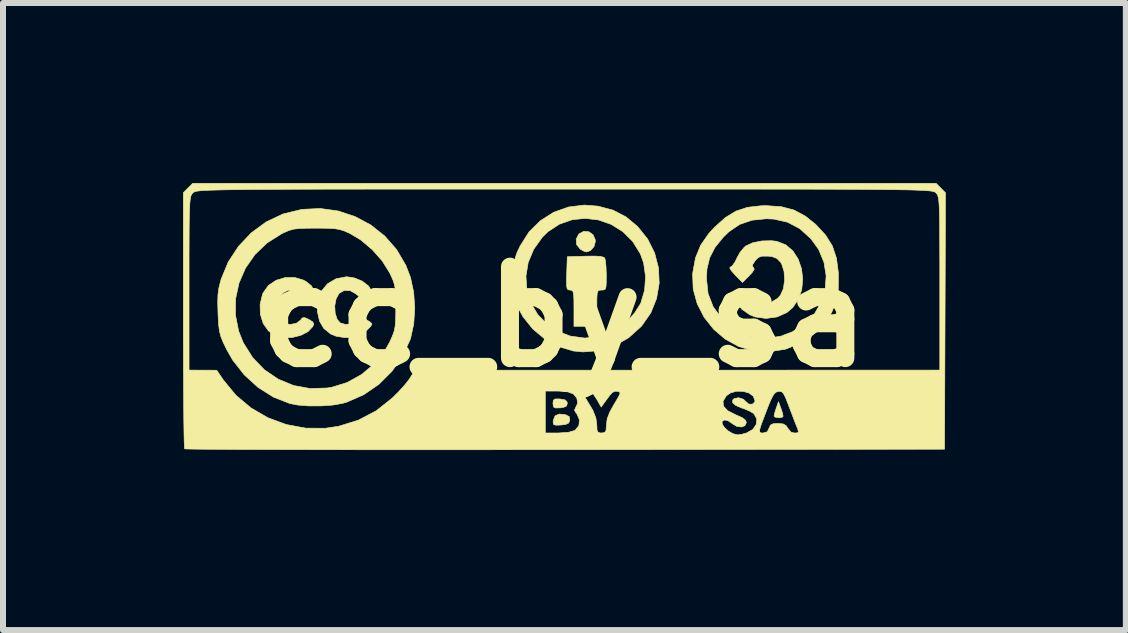
<source format=kicad_pcb>
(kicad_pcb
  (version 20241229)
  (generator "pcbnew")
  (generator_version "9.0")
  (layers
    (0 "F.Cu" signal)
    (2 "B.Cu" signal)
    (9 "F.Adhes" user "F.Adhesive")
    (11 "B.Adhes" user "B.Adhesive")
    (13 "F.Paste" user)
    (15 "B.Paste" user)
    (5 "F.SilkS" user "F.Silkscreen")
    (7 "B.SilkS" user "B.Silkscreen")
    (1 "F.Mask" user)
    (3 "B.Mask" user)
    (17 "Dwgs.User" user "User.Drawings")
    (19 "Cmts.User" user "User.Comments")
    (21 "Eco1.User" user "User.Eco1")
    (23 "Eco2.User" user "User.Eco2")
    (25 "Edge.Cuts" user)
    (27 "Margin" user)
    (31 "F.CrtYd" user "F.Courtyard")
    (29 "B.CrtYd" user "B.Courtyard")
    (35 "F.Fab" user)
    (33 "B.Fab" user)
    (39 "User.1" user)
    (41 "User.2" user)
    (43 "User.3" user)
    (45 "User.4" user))
  (footprint "cc_by_sa"
    (layer "F.Cu")
    (at 6.355 2.228)
    (property "Reference" "cc_by_sa" (at 0 0 0) (layer "F.SilkS") (effects (font (size 1.524 1.524) (thickness 0.3))))
    (attr through_hole)
    (fp_poly (pts (xy 3.607 1.525) (xy 3.638 1.616) (xy 3.643 1.663) (xy 3.619 1.68) (xy 3.572 1.683) (xy 3.512 1.673) (xy 3.493 1.656) (xy 3.502 1.61) (xy 3.526 1.533) (xy 3.53 1.522) (xy 3.567 1.415) (xy 3.607 1.525)) (stroke (width 0.01) (type solid)) (fill yes) (layer "F.SilkS"))
    (fp_poly (pts (xy 0.02 1.633) (xy 0.08 1.664) (xy 0.089 1.724) (xy 0.089 1.724) (xy 0.072 1.77) (xy 0.025 1.793) (xy -0.058 1.804) (xy -0.143 1.807) (xy -0.181 1.795) (xy -0.188 1.757) (xy -0.185 1.725) (xy -0.155 1.65) (xy -0.086 1.621) (xy 0.02 1.633)) (stroke (width 0.01) (type solid)) (fill yes) (layer "F.SilkS"))
    (fp_poly (pts (xy -0.082 1.37) (xy -0.071 1.371) (xy 0.01 1.385) (xy 0.043 1.416) (xy 0.048 1.445) (xy 0.034 1.489) (xy -0.018 1.511) (xy -0.071 1.518) (xy -0.149 1.52) (xy -0.183 1.502) (xy -0.19 1.452) (xy -0.191 1.445) (xy -0.185 1.391) (xy -0.154 1.37) (xy -0.082 1.37)) (stroke (width 0.01) (type solid)) (fill yes) (layer "F.SilkS"))
    (fp_poly (pts (xy 0.406 -1.417) (xy 0.476 -1.367) (xy 0.514 -1.283) (xy 0.516 -1.254) (xy 0.492 -1.167) (xy 0.433 -1.102) (xy 0.366 -1.079) (xy 0.316 -1.096) (xy 0.261 -1.129) (xy 0.203 -1.203) (xy 0.196 -1.294) (xy 0.24 -1.378) (xy 0.24 -1.379) (xy 0.321 -1.423) (xy 0.406 -1.417)) (stroke (width 0.01) (type solid)) (fill yes) (layer "F.SilkS"))
    (fp_poly (pts (xy 0.604 -1.005) (xy 0.659 -0.989) (xy 0.672 -0.978) (xy 0.684 -0.928) (xy 0.693 -0.833) (xy 0.698 -0.713) (xy 0.698 -0.691) (xy 0.697 -0.567) (xy 0.692 -0.494) (xy 0.678 -0.458) (xy 0.65 -0.446) (xy 0.619 -0.445) (xy 0.582 -0.442) (xy 0.559 -0.428) (xy 0.546 -0.39) (xy 0.541 -0.316) (xy 0.54 -0.194) (xy 0.54 -0.143) (xy 0.54 0.159) (xy 0.159 0.159) (xy 0.159 -0.143) (xy 0.158 -0.283) (xy 0.153 -0.371) (xy 0.143 -0.42) (xy 0.124 -0.44) (xy 0.094 -0.445) (xy 0.063 -0.449) (xy 0.045 -0.469) (xy 0.036 -0.519) (xy 0.035 -0.61) (xy 0.038 -0.722) (xy 0.048 -1) (xy 0.347 -1.009) (xy 0.503 -1.011) (xy 0.604 -1.005)) (stroke (width 0.01) (type solid)) (fill yes) (layer "F.SilkS"))
    (fp_poly (pts (xy -4.344 -0.609) (xy -4.301 -0.583) (xy -4.213 -0.513) (xy -4.186 -0.453) (xy -4.219 -0.402) (xy -4.269 -0.372) (xy -4.342 -0.341) (xy -4.385 -0.342) (xy -4.425 -0.376) (xy -4.431 -0.383) (xy -4.516 -0.439) (xy -4.608 -0.441) (xy -4.692 -0.394) (xy -4.756 -0.302) (xy -4.775 -0.245) (xy -4.781 -0.151) (xy -4.765 -0.047) (xy -4.733 0.045) (xy -4.691 0.102) (xy -4.68 0.108) (xy -4.57 0.128) (xy -4.469 0.11) (xy -4.402 0.061) (xy -4.367 0.019) (xy -4.33 0.014) (xy -4.264 0.042) (xy -4.257 0.046) (xy -4.193 0.086) (xy -4.177 0.123) (xy -4.192 0.162) (xy -4.271 0.247) (xy -4.391 0.309) (xy -4.534 0.345) (xy -4.683 0.349) (xy -4.81 0.319) (xy -4.932 0.236) (xy -5.019 0.112) (xy -5.067 -0.041) (xy -5.071 -0.208) (xy -5.03 -0.377) (xy -5.019 -0.4) (xy -4.932 -0.522) (xy -4.805 -0.607) (xy -4.654 -0.653) (xy -4.496 -0.655) (xy -4.344 -0.609)) (stroke (width 0.01) (type solid)) (fill yes) (layer "F.SilkS"))
    (fp_poly (pts (xy -3.497 -0.646) (xy -3.371 -0.594) (xy -3.274 -0.521) (xy -3.253 -0.497) (xy -3.227 -0.45) (xy -3.24 -0.418) (xy -3.301 -0.381) (xy -3.31 -0.376) (xy -3.381 -0.343) (xy -3.425 -0.343) (xy -3.471 -0.376) (xy -3.479 -0.384) (xy -3.57 -0.435) (xy -3.669 -0.438) (xy -3.751 -0.392) (xy -3.755 -0.389) (xy -3.805 -0.297) (xy -3.827 -0.18) (xy -3.82 -0.059) (xy -3.787 0.043) (xy -3.737 0.102) (xy -3.652 0.127) (xy -3.553 0.12) (xy -3.472 0.083) (xy -3.45 0.061) (xy -3.414 0.019) (xy -3.377 0.014) (xy -3.311 0.043) (xy -3.305 0.046) (xy -3.239 0.087) (xy -3.207 0.119) (xy -3.207 0.122) (xy -3.23 0.163) (xy -3.289 0.222) (xy -3.364 0.28) (xy -3.419 0.314) (xy -3.529 0.344) (xy -3.666 0.347) (xy -3.802 0.325) (xy -3.896 0.287) (xy -4.01 0.194) (xy -4.08 0.074) (xy -4.117 -0.089) (xy -4.11 -0.269) (xy -4.051 -0.425) (xy -3.947 -0.55) (xy -3.806 -0.633) (xy -3.635 -0.666) (xy -3.624 -0.666) (xy -3.497 -0.646)) (stroke (width 0.01) (type solid)) (fill yes) (layer "F.SilkS"))
    (fp_poly (pts (xy 3.537 -1.257) (xy 3.688 -1.199) (xy 3.808 -1.096) (xy 3.896 -0.959) (xy 3.951 -0.799) (xy 3.971 -0.627) (xy 3.955 -0.455) (xy 3.9 -0.293) (xy 3.805 -0.154) (xy 3.708 -0.071) (xy 3.544 0.003) (xy 3.361 0.028) (xy 3.181 0.004) (xy 3.09 -0.032) (xy 2.951 -0.129) (xy 2.865 -0.255) (xy 2.837 -0.349) (xy 2.828 -0.408) (xy 2.844 -0.436) (xy 2.9 -0.444) (xy 2.957 -0.444) (xy 3.05 -0.438) (xy 3.105 -0.411) (xy 3.149 -0.351) (xy 3.149 -0.35) (xy 3.229 -0.263) (xy 3.333 -0.227) (xy 3.445 -0.241) (xy 3.552 -0.306) (xy 3.6 -0.359) (xy 3.649 -0.469) (xy 3.669 -0.609) (xy 3.66 -0.754) (xy 3.621 -0.878) (xy 3.6 -0.911) (xy 3.54 -0.972) (xy 3.461 -1.002) (xy 3.39 -1.01) (xy 3.293 -1.01) (xy 3.233 -0.989) (xy 3.18 -0.936) (xy 3.178 -0.933) (xy 3.136 -0.869) (xy 3.137 -0.832) (xy 3.15 -0.821) (xy 3.163 -0.792) (xy 3.131 -0.74) (xy 3.079 -0.683) (xy 2.967 -0.571) (xy 2.842 -0.698) (xy 2.779 -0.77) (xy 2.754 -0.815) (xy 2.764 -0.826) (xy 2.802 -0.853) (xy 2.847 -0.921) (xy 2.869 -0.969) (xy 2.925 -1.071) (xy 2.997 -1.158) (xy 3.023 -1.18) (xy 3.139 -1.233) (xy 3.29 -1.263) (xy 3.452 -1.267) (xy 3.537 -1.257)) (stroke (width 0.01) (type solid)) (fill yes) (layer "F.SilkS"))
    (fp_poly (pts (xy 3.614 -1.834) (xy 3.826 -1.778) (xy 4.016 -1.676) (xy 4.186 -1.54) (xy 4.351 -1.362) (xy 4.465 -1.18) (xy 4.533 -0.975) (xy 4.565 -0.731) (xy 4.566 -0.709) (xy 4.563 -0.462) (xy 4.527 -0.255) (xy 4.454 -0.073) (xy 4.355 0.081) (xy 4.163 0.285) (xy 3.937 0.439) (xy 3.687 0.54) (xy 3.419 0.583) (xy 3.15 0.568) (xy 2.905 0.497) (xy 2.681 0.374) (xy 2.487 0.209) (xy 2.328 0.009) (xy 2.213 -0.216) (xy 2.146 -0.459) (xy 2.139 -0.634) (xy 2.367 -0.634) (xy 2.394 -0.385) (xy 2.478 -0.167) (xy 2.618 0.025) (xy 2.692 0.097) (xy 2.905 0.247) (xy 3.13 0.335) (xy 3.364 0.361) (xy 3.606 0.324) (xy 3.8 0.25) (xy 4.005 0.12) (xy 4.165 -0.047) (xy 4.279 -0.243) (xy 4.345 -0.458) (xy 4.361 -0.682) (xy 4.325 -0.907) (xy 4.236 -1.122) (xy 4.108 -1.299) (xy 3.923 -1.467) (xy 3.719 -1.575) (xy 3.491 -1.627) (xy 3.366 -1.633) (xy 3.126 -1.609) (xy 2.921 -1.539) (xy 2.74 -1.416) (xy 2.65 -1.329) (xy 2.509 -1.155) (xy 2.42 -0.983) (xy 2.375 -0.795) (xy 2.367 -0.634) (xy 2.139 -0.634) (xy 2.136 -0.709) (xy 2.139 -0.734) (xy 2.184 -0.981) (xy 2.271 -1.193) (xy 2.407 -1.389) (xy 2.505 -1.495) (xy 2.684 -1.654) (xy 2.86 -1.761) (xy 3.049 -1.823) (xy 3.272 -1.849) (xy 3.365 -1.851) (xy 3.614 -1.834)) (stroke (width 0.01) (type solid)) (fill yes) (layer "F.SilkS"))
    (fp_poly (pts (xy 0.56 -1.843) (xy 0.811 -1.776) (xy 1.028 -1.663) (xy 1.217 -1.506) (xy 1.386 -1.297) (xy 1.503 -1.063) (xy 1.568 -0.813) (xy 1.579 -0.558) (xy 1.536 -0.305) (xy 1.44 -0.066) (xy 1.289 0.151) (xy 1.278 0.163) (xy 1.07 0.35) (xy 0.833 0.485) (xy 0.576 0.565) (xy 0.309 0.586) (xy 0.152 0.571) (xy -0.094 0.499) (xy -0.324 0.373) (xy -0.527 0.204) (xy -0.69 0.001) (xy -0.756 -0.12) (xy -0.796 -0.211) (xy -0.821 -0.294) (xy -0.835 -0.389) (xy -0.84 -0.513) (xy -0.841 -0.636) (xy -0.841 -0.675) (xy -0.641 -0.675) (xy -0.626 -0.449) (xy -0.56 -0.232) (xy -0.444 -0.036) (xy -0.28 0.133) (xy -0.126 0.236) (xy 0.097 0.322) (xy 0.338 0.355) (xy 0.583 0.332) (xy 0.771 0.275) (xy 0.906 0.196) (xy 1.045 0.076) (xy 1.17 -0.064) (xy 1.262 -0.208) (xy 1.274 -0.231) (xy 1.336 -0.442) (xy 1.352 -0.67) (xy 1.32 -0.895) (xy 1.266 -1.048) (xy 1.137 -1.255) (xy 0.972 -1.419) (xy 0.779 -1.539) (xy 0.568 -1.613) (xy 0.348 -1.639) (xy 0.129 -1.617) (xy -0.082 -1.543) (xy -0.274 -1.418) (xy -0.366 -1.328) (xy -0.512 -1.124) (xy -0.604 -0.903) (xy -0.641 -0.675) (xy -0.841 -0.675) (xy -0.84 -0.79) (xy -0.833 -0.901) (xy -0.818 -0.987) (xy -0.79 -1.069) (xy -0.745 -1.165) (xy -0.737 -1.181) (xy -0.59 -1.413) (xy -0.401 -1.6) (xy -0.179 -1.741) (xy 0.069 -1.829) (xy 0.333 -1.861) (xy 0.56 -1.843)) (stroke (width 0.01) (type solid)) (fill yes) (layer "F.SilkS"))
    (fp_poly (pts (xy -3.772 -1.763) (xy -3.489 -1.67) (xy -3.227 -1.53) (xy -2.994 -1.345) (xy -2.796 -1.119) (xy -2.642 -0.856) (xy -2.565 -0.655) (xy -2.512 -0.409) (xy -2.494 -0.142) (xy -2.511 0.121) (xy -2.563 0.358) (xy -2.57 0.379) (xy -2.697 0.658) (xy -2.875 0.91) (xy -3.093 1.127) (xy -3.344 1.299) (xy -3.619 1.42) (xy -3.7 1.444) (xy -3.862 1.472) (xy -4.056 1.486) (xy -4.259 1.486) (xy -4.446 1.471) (xy -4.575 1.446) (xy -4.849 1.339) (xy -5.105 1.177) (xy -5.334 0.969) (xy -5.527 0.723) (xy -5.627 0.548) (xy -5.686 0.426) (xy -5.725 0.33) (xy -5.748 0.239) (xy -5.762 0.132) (xy -5.77 -0.011) (xy -5.771 -0.029) (xy -5.482 -0.029) (xy -5.428 0.24) (xy -5.352 0.431) (xy -5.196 0.679) (xy -4.999 0.884) (xy -4.769 1.04) (xy -4.512 1.146) (xy -4.237 1.196) (xy -3.951 1.187) (xy -3.877 1.175) (xy -3.621 1.096) (xy -3.38 0.962) (xy -3.167 0.783) (xy -2.994 0.568) (xy -2.912 0.423) (xy -2.868 0.325) (xy -2.838 0.243) (xy -2.821 0.161) (xy -2.813 0.06) (xy -2.81 -0.079) (xy -2.81 -0.159) (xy -2.811 -0.32) (xy -2.816 -0.435) (xy -2.829 -0.522) (xy -2.852 -0.599) (xy -2.889 -0.684) (xy -2.912 -0.732) (xy -3.036 -0.93) (xy -3.203 -1.119) (xy -3.395 -1.281) (xy -3.579 -1.39) (xy -3.664 -1.428) (xy -3.74 -1.452) (xy -3.824 -1.467) (xy -3.933 -1.474) (xy -4.084 -1.476) (xy -4.143 -1.476) (xy -4.309 -1.475) (xy -4.427 -1.47) (xy -4.515 -1.459) (xy -4.589 -1.438) (xy -4.666 -1.405) (xy -4.712 -1.383) (xy -4.956 -1.229) (xy -5.157 -1.036) (xy -5.314 -0.811) (xy -5.422 -0.563) (xy -5.479 -0.3) (xy -5.482 -0.029) (xy -5.771 -0.029) (xy -5.772 -0.061) (xy -5.777 -0.235) (xy -5.773 -0.367) (xy -5.758 -0.478) (xy -5.73 -0.59) (xy -5.72 -0.626) (xy -5.602 -0.912) (xy -5.432 -1.172) (xy -5.219 -1.397) (xy -4.97 -1.58) (xy -4.695 -1.71) (xy -4.68 -1.715) (xy -4.375 -1.789) (xy -4.07 -1.804) (xy -3.772 -1.763)) (stroke (width 0.01) (type solid)) (fill yes) (layer "F.SilkS"))
    (fp_poly (pts (xy 6.272 -2.144) (xy 6.35 -2.066) (xy 6.334 2.207) (xy 0.013 2.215) (xy -0.616 2.215) (xy -1.228 2.216) (xy -1.82 2.216) (xy -2.389 2.216) (xy -2.932 2.216) (xy -3.446 2.216) (xy -3.928 2.215) (xy -4.375 2.214) (xy -4.783 2.213) (xy -5.151 2.212) (xy -5.474 2.211) (xy -5.751 2.209) (xy -5.977 2.208) (xy -6.149 2.206) (xy -6.266 2.204) (xy -6.323 2.202) (xy -6.329 2.201) (xy -6.332 2.167) (xy -6.336 2.074) (xy -6.339 1.928) (xy -6.342 1.735) (xy -6.344 1.499) (xy -6.346 1.226) (xy -6.348 0.921) (xy -6.349 0.589) (xy -6.35 0.236) (xy -6.35 0.057) (xy -6.35 -0.556) (xy -6.255 -0.556) (xy -6.255 0.889) (xy -6.025 0.89) (xy -5.794 0.891) (xy -5.687 1.049) (xy -5.476 1.306) (xy -5.224 1.518) (xy -4.941 1.683) (xy -4.634 1.796) (xy -4.312 1.856) (xy -3.983 1.858) (xy -3.763 1.825) (xy -3.436 1.724) (xy -3.135 1.566) (xy -2.87 1.356) (xy -2.762 1.249) (xy -2.753 1.238) (xy -0.318 1.238) (xy -0.318 1.937) (xy -0.102 1.937) (xy 0.064 1.926) (xy 0.17 1.896) (xy 0.183 1.887) (xy 0.241 1.813) (xy 0.25 1.718) (xy 0.211 1.625) (xy 0.201 1.613) (xy 0.167 1.559) (xy 0.184 1.518) (xy 0.185 1.517) (xy 0.22 1.443) (xy 0.207 1.357) (xy 0.152 1.288) (xy 0.061 1.253) (xy -0.083 1.239) (xy -0.118 1.238) (xy 0.281 1.238) (xy 0.343 1.341) (xy 0.404 1.442) (xy 0.468 1.548) (xy 0.473 1.556) (xy 0.524 1.686) (xy 0.54 1.802) (xy 0.543 1.887) (xy 0.562 1.926) (xy 0.604 1.937) (xy 0.619 1.937) (xy 0.669 1.93) (xy 0.692 1.899) (xy 0.699 1.826) (xy 0.7 1.802) (xy 0.707 1.746) (xy 2.626 1.746) (xy 2.631 1.792) (xy 2.67 1.849) (xy 2.732 1.905) (xy 2.807 1.948) (xy 2.885 1.968) (xy 2.892 1.968) (xy 2.957 1.958) (xy 3.042 1.934) (xy 3.044 1.933) (xy 3.076 1.914) (xy 3.251 1.914) (xy 3.263 1.932) (xy 3.289 1.937) (xy 3.312 1.937) (xy 3.38 1.917) (xy 3.41 1.857) (xy 3.433 1.805) (xy 3.479 1.783) (xy 3.557 1.778) (xy 3.646 1.786) (xy 3.696 1.816) (xy 3.721 1.857) (xy 3.778 1.924) (xy 3.831 1.937) (xy 3.882 1.935) (xy 3.9 1.919) (xy 3.889 1.873) (xy 3.862 1.806) (xy 3.829 1.723) (xy 3.784 1.604) (xy 3.735 1.476) (xy 3.732 1.467) (xy 3.686 1.35) (xy 3.651 1.281) (xy 3.619 1.249) (xy 3.581 1.243) (xy 3.566 1.244) (xy 3.524 1.258) (xy 3.488 1.293) (xy 3.45 1.362) (xy 3.401 1.477) (xy 3.383 1.524) (xy 3.32 1.688) (xy 3.278 1.801) (xy 3.256 1.873) (xy 3.251 1.914) (xy 3.076 1.914) (xy 3.141 1.876) (xy 3.196 1.794) (xy 3.205 1.703) (xy 3.161 1.621) (xy 3.151 1.611) (xy 3.086 1.572) (xy 2.992 1.532) (xy 2.957 1.521) (xy 2.856 1.479) (xy 2.803 1.432) (xy 2.805 1.385) (xy 2.829 1.363) (xy 2.902 1.349) (xy 2.981 1.374) (xy 3.026 1.417) (xy 3.074 1.456) (xy 3.131 1.457) (xy 3.17 1.423) (xy 3.175 1.399) (xy 3.147 1.324) (xy 3.076 1.271) (xy 2.977 1.243) (xy 2.869 1.241) (xy 2.766 1.27) (xy 2.698 1.318) (xy 2.643 1.407) (xy 2.651 1.49) (xy 2.721 1.566) (xy 2.853 1.633) (xy 2.858 1.635) (xy 2.965 1.683) (xy 3.019 1.726) (xy 3.032 1.764) (xy 3.007 1.816) (xy 2.947 1.837) (xy 2.87 1.826) (xy 2.797 1.781) (xy 2.794 1.778) (xy 2.726 1.732) (xy 2.666 1.72) (xy 2.626 1.746) (xy 0.707 1.746) (xy 0.713 1.699) (xy 0.756 1.587) (xy 0.827 1.46) (xy 0.889 1.356) (xy 0.922 1.294) (xy 0.926 1.262) (xy 0.907 1.248) (xy 0.882 1.243) (xy 0.842 1.242) (xy 0.805 1.258) (xy 0.761 1.303) (xy 0.698 1.387) (xy 0.664 1.434) (xy 0.613 1.505) (xy 0.537 1.372) (xy 0.48 1.287) (xy 0.426 1.247) (xy 0.37 1.238) (xy 0.281 1.238) (xy -0.118 1.238) (xy -0.318 1.238) (xy -2.753 1.238) (xy -2.663 1.139) (xy -2.59 1.047) (xy -2.572 1.02) (xy -2.492 0.891) (xy 1.881 0.89) (xy 6.255 0.889) (xy 6.255 -0.556) (xy 6.255 -0.896) (xy 6.254 -1.179) (xy 6.253 -1.41) (xy 6.252 -1.594) (xy 6.249 -1.737) (xy 6.245 -1.845) (xy 6.239 -1.924) (xy 6.232 -1.979) (xy 6.222 -2.016) (xy 6.211 -2.041) (xy 6.196 -2.058) (xy 6.191 -2.064) (xy 6.183 -2.071) (xy 6.172 -2.078) (xy 6.156 -2.085) (xy 6.133 -2.09) (xy 6.099 -2.096) (xy 6.052 -2.1) (xy 5.989 -2.105) (xy 5.907 -2.108) (xy 5.805 -2.112) (xy 5.678 -2.115) (xy 5.526 -2.117) (xy 5.344 -2.119) (xy 5.13 -2.121) (xy 4.882 -2.123) (xy 4.597 -2.124) (xy 4.272 -2.125) (xy 3.904 -2.126) (xy 3.492 -2.126) (xy 3.031 -2.127) (xy 2.52 -2.127) (xy 1.956 -2.127) (xy 1.337 -2.127) (xy 0.659 -2.127) (xy 0 -2.127) (xy -0.733 -2.127) (xy -1.405 -2.127) (xy -2.018 -2.127) (xy -2.577 -2.127) (xy -3.082 -2.127) (xy -3.537 -2.126) (xy -3.945 -2.126) (xy -4.308 -2.125) (xy -4.628 -2.124) (xy -4.91 -2.122) (xy -5.154 -2.121) (xy -5.364 -2.119) (xy -5.543 -2.117) (xy -5.693 -2.114) (xy -5.817 -2.111) (xy -5.917 -2.108) (xy -5.996 -2.104) (xy -6.057 -2.1) (xy -6.103 -2.095) (xy -6.136 -2.09) (xy -6.158 -2.084) (xy -6.174 -2.078) (xy -6.184 -2.071) (xy -6.191 -2.064) (xy -6.206 -2.047) (xy -6.219 -2.025) (xy -6.229 -1.993) (xy -6.237 -1.944) (xy -6.243 -1.874) (xy -6.247 -1.776) (xy -6.251 -1.645) (xy -6.253 -1.475) (xy -6.254 -1.26) (xy -6.255 -0.995) (xy -6.255 -0.674) (xy -6.255 -0.556) (xy -6.35 -0.556) (xy -6.35 -2.067) (xy -6.272 -2.145) (xy -6.194 -2.223) (xy 6.194 -2.223) (xy 6.272 -2.144)) (stroke (width 0.01) (type solid)) (fill yes) (layer "F.SilkS")))
  (gr_rect
    (start -3 -3)
    (end 15.71 7.449)
    (stroke (width 0.1) (type default))
    (fill no)
    (layer "Edge.Cuts")))
</source>
